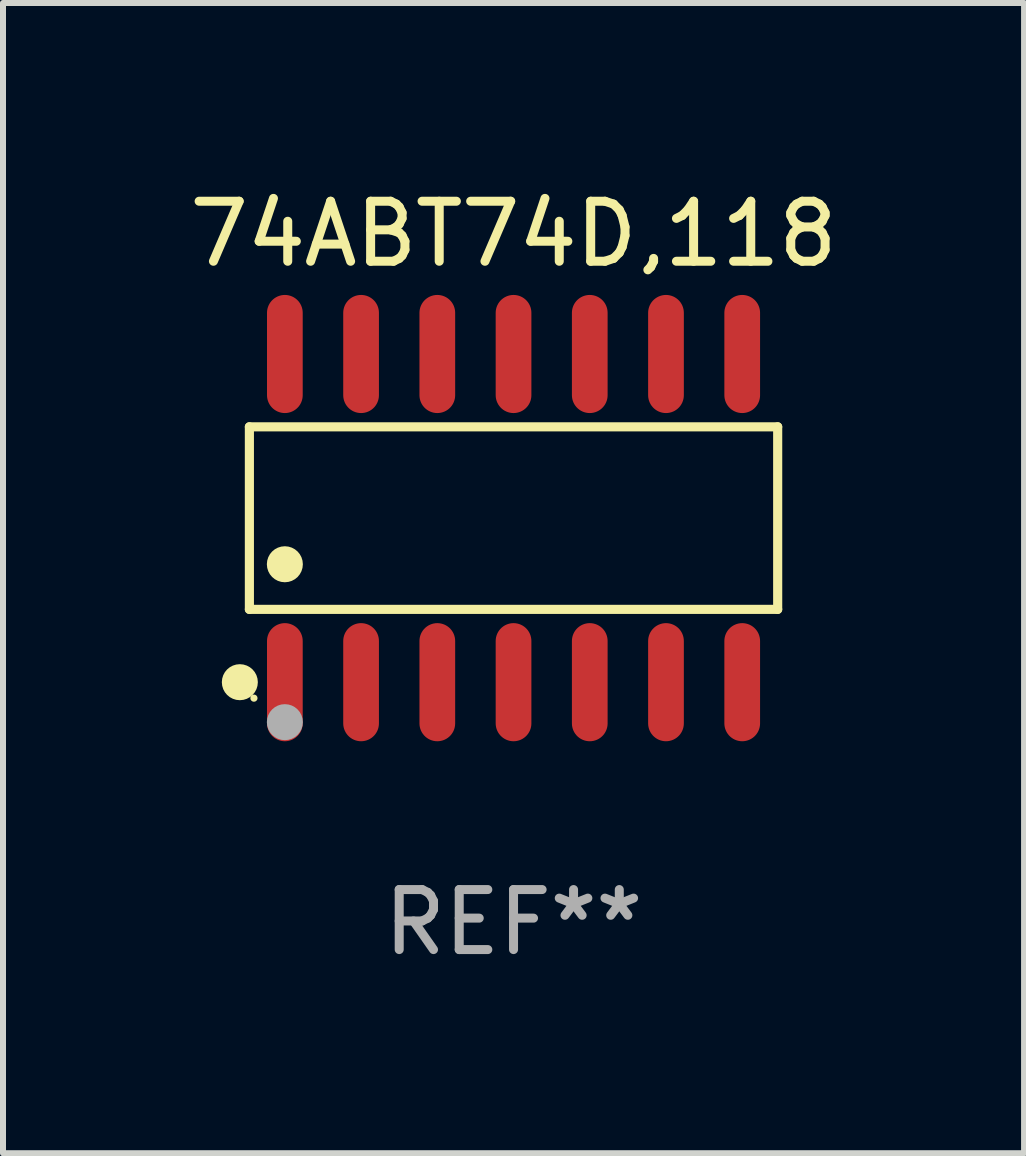
<source format=kicad_pcb>
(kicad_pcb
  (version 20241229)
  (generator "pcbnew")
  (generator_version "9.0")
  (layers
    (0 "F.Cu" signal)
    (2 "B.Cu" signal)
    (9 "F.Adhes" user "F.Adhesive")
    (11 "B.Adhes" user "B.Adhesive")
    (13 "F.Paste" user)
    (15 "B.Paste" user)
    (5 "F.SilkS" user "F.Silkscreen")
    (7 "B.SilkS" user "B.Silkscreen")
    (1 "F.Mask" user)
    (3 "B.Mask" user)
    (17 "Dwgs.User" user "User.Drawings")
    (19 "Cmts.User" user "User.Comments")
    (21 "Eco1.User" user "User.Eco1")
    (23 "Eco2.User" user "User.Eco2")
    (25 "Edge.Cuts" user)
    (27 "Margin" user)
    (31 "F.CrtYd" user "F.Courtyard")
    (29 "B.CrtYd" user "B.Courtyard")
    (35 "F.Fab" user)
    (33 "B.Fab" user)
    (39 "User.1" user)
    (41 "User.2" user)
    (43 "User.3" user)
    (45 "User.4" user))
  (footprint "74ABT74D,118"
    (layer "F.Cu")
    (at 5.506 5.582)
    (property "Reference" "74ABT74D,118" (at 0 -4.734 0) (layer "F.SilkS") (effects (font (size 1 1) (thickness 0.15))))
    (attr through_hole)
    (fp_line (start -4.401 -1.521) (end 4.401 -1.521) (stroke (width 0.152) (type solid)) (layer "F.SilkS"))
    (fp_line (start -4.401 1.521) (end -4.401 -1.521) (stroke (width 0.152) (type solid)) (layer "F.SilkS"))
    (fp_line (start 4.401 -1.521) (end 4.401 1.521) (stroke (width 0.152) (type solid)) (layer "F.SilkS"))
    (fp_line (start 4.401 1.521) (end -4.401 1.521) (stroke (width 0.152) (type solid)) (layer "F.SilkS"))
    (fp_circle (center -4.56 2.734) (end -4.41 2.734) (stroke (width 0.3) (type solid)) (fill no) (layer "F.SilkS"))
    (fp_circle (center -4.325 3) (end -4.295 3) (stroke (width 0.06) (type solid)) (fill no) (layer "F.SilkS"))
    (fp_circle (center -3.81 0.769) (end -3.66 0.769) (stroke (width 0.3) (type solid)) (fill no) (layer "F.SilkS"))
    (fp_circle (center -3.81 3.4) (end -3.66 3.4) (stroke (width 0.3) (type solid)) (fill no) (layer "F.Fab"))
    (fp_text user "REF**" (at 0 6.734 0) (layer "F.Fab") (effects (font (size 1 1) (thickness 0.15))))
    (pad "1" smd oval (at -3.81 2.734) (size 0.595 1.968) (layers "F.Cu" "F.Mask" "F.Paste"))
    (pad "2" smd oval (at -2.54 2.734) (size 0.595 1.968) (layers "F.Cu" "F.Mask" "F.Paste"))
    (pad "3" smd oval (at -1.27 2.734) (size 0.595 1.968) (layers "F.Cu" "F.Mask" "F.Paste"))
    (pad "4" smd oval (at 0 2.734) (size 0.595 1.968) (layers "F.Cu" "F.Mask" "F.Paste"))
    (pad "5" smd oval (at 1.27 2.734) (size 0.595 1.968) (layers "F.Cu" "F.Mask" "F.Paste"))
    (pad "6" smd oval (at 2.54 2.734) (size 0.595 1.968) (layers "F.Cu" "F.Mask" "F.Paste"))
    (pad "7" smd oval (at 3.81 2.734) (size 0.595 1.968) (layers "F.Cu" "F.Mask" "F.Paste"))
    (pad "8" smd oval (at 3.81 -2.734) (size 0.595 1.968) (layers "F.Cu" "F.Mask" "F.Paste"))
    (pad "9" smd oval (at 2.54 -2.734) (size 0.595 1.968) (layers "F.Cu" "F.Mask" "F.Paste"))
    (pad "10" smd oval (at 1.27 -2.734) (size 0.595 1.968) (layers "F.Cu" "F.Mask" "F.Paste"))
    (pad "11" smd oval (at 0 -2.734) (size 0.595 1.968) (layers "F.Cu" "F.Mask" "F.Paste"))
    (pad "12" smd oval (at -1.27 -2.734) (size 0.595 1.968) (layers "F.Cu" "F.Mask" "F.Paste"))
    (pad "13" smd oval (at -2.54 -2.734) (size 0.595 1.968) (layers "F.Cu" "F.Mask" "F.Paste"))
    (pad "14" smd oval (at -3.81 -2.734) (size 0.595 1.968) (layers "F.Cu" "F.Mask" "F.Paste")))
  (gr_rect
    (start -3 -3)
    (end 14.012 16.164)
    (stroke (width 0.1) (type default))
    (fill no)
    (layer "Edge.Cuts")))
</source>
